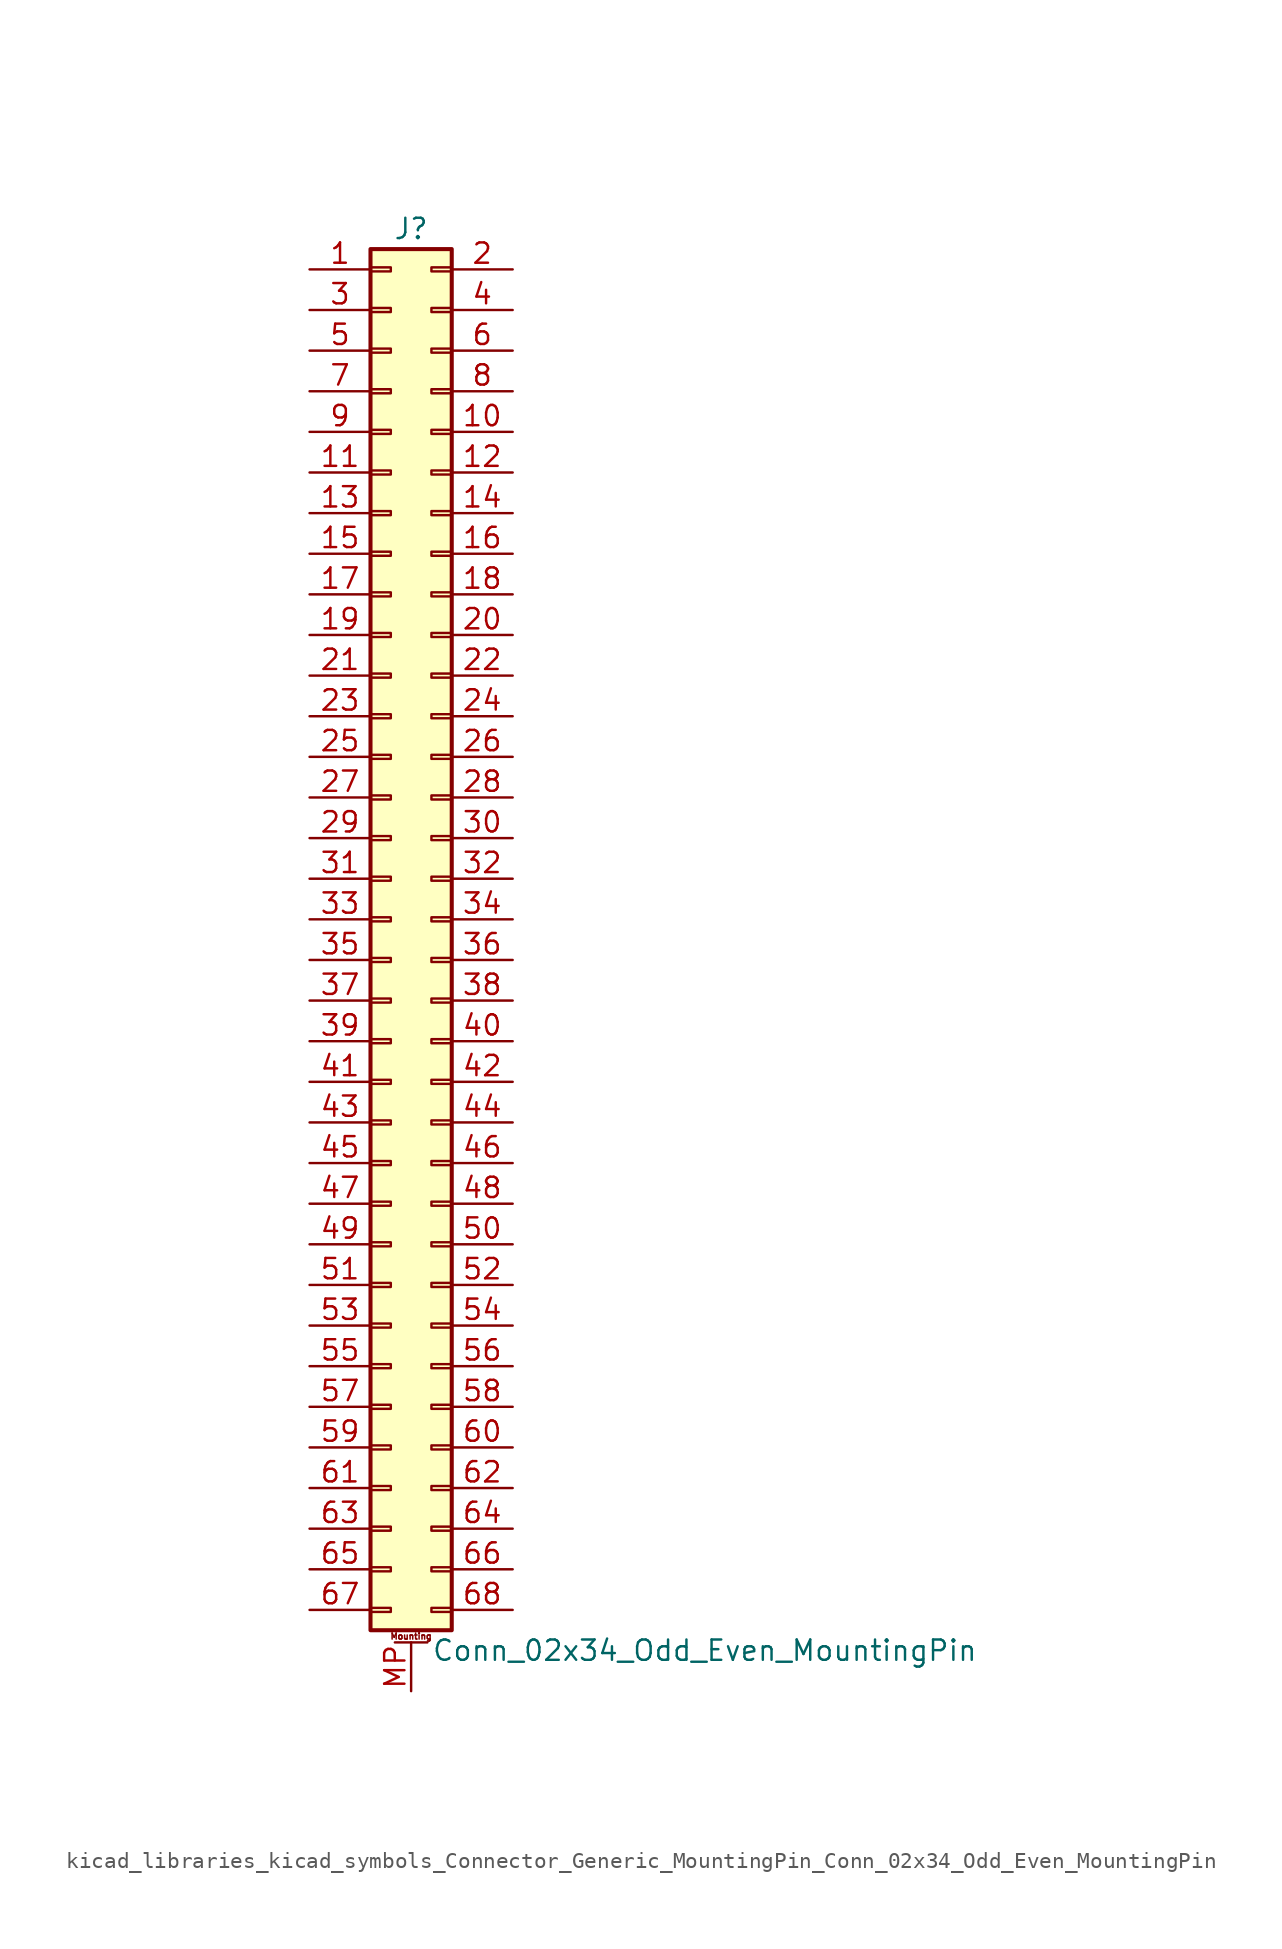
<source format=kicad_sym>
(kicad_symbol_lib
  (version 20220914)
  (generator kicad_symbol_editor)
  (symbol "kicad_libraries_kicad_symbols_Connector_Generic_MountingPin_Conn_02x34_Odd_Even_MountingPin"
    (pin_names
      (offset 1.016) hide)
    (property "Reference" "J"
      (at 1.27 43.18 0)
      (effects (font (size 1.27 1.27))))
    (property "Value" "Conn_02x34_Odd_Even_MountingPin"
      (at 2.54 -45.72 0)
      (effects (font (size 1.27 1.27)) (justify left)))
    (symbol "kicad_libraries_kicad_symbols_Connector_Generic_MountingPin_Conn_02x34_Odd_Even_MountingPin_1_1"
      (rectangle (start -1.27 -43.053) (end 0 -43.307) (stroke (width 0.152) (type default)) (fill (type none)))
      (rectangle (start -1.27 -40.513) (end 0 -40.767) (stroke (width 0.152) (type default)) (fill (type none)))
      (rectangle (start -1.27 -37.973) (end 0 -38.227) (stroke (width 0.152) (type default)) (fill (type none)))
      (rectangle (start -1.27 -35.433) (end 0 -35.687) (stroke (width 0.152) (type default)) (fill (type none)))
      (rectangle (start -1.27 -32.893) (end 0 -33.147) (stroke (width 0.152) (type default)) (fill (type none)))
      (rectangle (start -1.27 -30.353) (end 0 -30.607) (stroke (width 0.152) (type default)) (fill (type none)))
      (rectangle (start -1.27 -27.813) (end 0 -28.067) (stroke (width 0.152) (type default)) (fill (type none)))
      (rectangle (start -1.27 -25.273) (end 0 -25.527) (stroke (width 0.152) (type default)) (fill (type none)))
      (rectangle (start -1.27 -22.733) (end 0 -22.987) (stroke (width 0.152) (type default)) (fill (type none)))
      (rectangle (start -1.27 -20.193) (end 0 -20.447) (stroke (width 0.152) (type default)) (fill (type none)))
      (rectangle (start -1.27 -17.653) (end 0 -17.907) (stroke (width 0.152) (type default)) (fill (type none)))
      (rectangle (start -1.27 -15.113) (end 0 -15.367) (stroke (width 0.152) (type default)) (fill (type none)))
      (rectangle (start -1.27 -12.573) (end 0 -12.827) (stroke (width 0.152) (type default)) (fill (type none)))
      (rectangle (start -1.27 -10.033) (end 0 -10.287) (stroke (width 0.152) (type default)) (fill (type none)))
      (rectangle (start -1.27 -7.493) (end 0 -7.747) (stroke (width 0.152) (type default)) (fill (type none)))
      (rectangle (start -1.27 -4.953) (end 0 -5.207) (stroke (width 0.152) (type default)) (fill (type none)))
      (rectangle (start -1.27 -2.413) (end 0 -2.667) (stroke (width 0.152) (type default)) (fill (type none)))
      (rectangle (start -1.27 0.127) (end 0 -0.127) (stroke (width 0.152) (type default)) (fill (type none)))
      (rectangle (start -1.27 2.667) (end 0 2.413) (stroke (width 0.152) (type default)) (fill (type none)))
      (rectangle (start -1.27 5.207) (end 0 4.953) (stroke (width 0.152) (type default)) (fill (type none)))
      (rectangle (start -1.27 7.747) (end 0 7.493) (stroke (width 0.152) (type default)) (fill (type none)))
      (rectangle (start -1.27 10.287) (end 0 10.033) (stroke (width 0.152) (type default)) (fill (type none)))
      (rectangle (start -1.27 12.827) (end 0 12.573) (stroke (width 0.152) (type default)) (fill (type none)))
      (rectangle (start -1.27 15.367) (end 0 15.113) (stroke (width 0.152) (type default)) (fill (type none)))
      (rectangle (start -1.27 17.907) (end 0 17.653) (stroke (width 0.152) (type default)) (fill (type none)))
      (rectangle (start -1.27 20.447) (end 0 20.193) (stroke (width 0.152) (type default)) (fill (type none)))
      (rectangle (start -1.27 22.987) (end 0 22.733) (stroke (width 0.152) (type default)) (fill (type none)))
      (rectangle (start -1.27 25.527) (end 0 25.273) (stroke (width 0.152) (type default)) (fill (type none)))
      (rectangle (start -1.27 28.067) (end 0 27.813) (stroke (width 0.152) (type default)) (fill (type none)))
      (rectangle (start -1.27 30.607) (end 0 30.353) (stroke (width 0.152) (type default)) (fill (type none)))
      (rectangle (start -1.27 33.147) (end 0 32.893) (stroke (width 0.152) (type default)) (fill (type none)))
      (rectangle (start -1.27 35.687) (end 0 35.433) (stroke (width 0.152) (type default)) (fill (type none)))
      (rectangle (start -1.27 38.227) (end 0 37.973) (stroke (width 0.152) (type default)) (fill (type none)))
      (rectangle (start -1.27 40.767) (end 0 40.513) (stroke (width 0.152) (type default)) (fill (type none)))
      (rectangle (start -1.27 41.91) (end 3.81 -44.45) (stroke (width 0.254) (type default)) (fill (type background)))
      (polyline (pts (xy 0.254 -45.212) (xy 2.286 -45.212)) (stroke (width 0.152) (type default)) (fill (type none)))
      (rectangle (start 3.81 -43.053) (end 2.54 -43.307) (stroke (width 0.152) (type default)) (fill (type none)))
      (rectangle (start 3.81 -40.513) (end 2.54 -40.767) (stroke (width 0.152) (type default)) (fill (type none)))
      (rectangle (start 3.81 -37.973) (end 2.54 -38.227) (stroke (width 0.152) (type default)) (fill (type none)))
      (rectangle (start 3.81 -35.433) (end 2.54 -35.687) (stroke (width 0.152) (type default)) (fill (type none)))
      (rectangle (start 3.81 -32.893) (end 2.54 -33.147) (stroke (width 0.152) (type default)) (fill (type none)))
      (rectangle (start 3.81 -30.353) (end 2.54 -30.607) (stroke (width 0.152) (type default)) (fill (type none)))
      (rectangle (start 3.81 -27.813) (end 2.54 -28.067) (stroke (width 0.152) (type default)) (fill (type none)))
      (rectangle (start 3.81 -25.273) (end 2.54 -25.527) (stroke (width 0.152) (type default)) (fill (type none)))
      (rectangle (start 3.81 -22.733) (end 2.54 -22.987) (stroke (width 0.152) (type default)) (fill (type none)))
      (rectangle (start 3.81 -20.193) (end 2.54 -20.447) (stroke (width 0.152) (type default)) (fill (type none)))
      (rectangle (start 3.81 -17.653) (end 2.54 -17.907) (stroke (width 0.152) (type default)) (fill (type none)))
      (rectangle (start 3.81 -15.113) (end 2.54 -15.367) (stroke (width 0.152) (type default)) (fill (type none)))
      (rectangle (start 3.81 -12.573) (end 2.54 -12.827) (stroke (width 0.152) (type default)) (fill (type none)))
      (rectangle (start 3.81 -10.033) (end 2.54 -10.287) (stroke (width 0.152) (type default)) (fill (type none)))
      (rectangle (start 3.81 -7.493) (end 2.54 -7.747) (stroke (width 0.152) (type default)) (fill (type none)))
      (rectangle (start 3.81 -4.953) (end 2.54 -5.207) (stroke (width 0.152) (type default)) (fill (type none)))
      (rectangle (start 3.81 -2.413) (end 2.54 -2.667) (stroke (width 0.152) (type default)) (fill (type none)))
      (rectangle (start 3.81 0.127) (end 2.54 -0.127) (stroke (width 0.152) (type default)) (fill (type none)))
      (rectangle (start 3.81 2.667) (end 2.54 2.413) (stroke (width 0.152) (type default)) (fill (type none)))
      (rectangle (start 3.81 5.207) (end 2.54 4.953) (stroke (width 0.152) (type default)) (fill (type none)))
      (rectangle (start 3.81 7.747) (end 2.54 7.493) (stroke (width 0.152) (type default)) (fill (type none)))
      (rectangle (start 3.81 10.287) (end 2.54 10.033) (stroke (width 0.152) (type default)) (fill (type none)))
      (rectangle (start 3.81 12.827) (end 2.54 12.573) (stroke (width 0.152) (type default)) (fill (type none)))
      (rectangle (start 3.81 15.367) (end 2.54 15.113) (stroke (width 0.152) (type default)) (fill (type none)))
      (rectangle (start 3.81 17.907) (end 2.54 17.653) (stroke (width 0.152) (type default)) (fill (type none)))
      (rectangle (start 3.81 20.447) (end 2.54 20.193) (stroke (width 0.152) (type default)) (fill (type none)))
      (rectangle (start 3.81 22.987) (end 2.54 22.733) (stroke (width 0.152) (type default)) (fill (type none)))
      (rectangle (start 3.81 25.527) (end 2.54 25.273) (stroke (width 0.152) (type default)) (fill (type none)))
      (rectangle (start 3.81 28.067) (end 2.54 27.813) (stroke (width 0.152) (type default)) (fill (type none)))
      (rectangle (start 3.81 30.607) (end 2.54 30.353) (stroke (width 0.152) (type default)) (fill (type none)))
      (rectangle (start 3.81 33.147) (end 2.54 32.893) (stroke (width 0.152) (type default)) (fill (type none)))
      (rectangle (start 3.81 35.687) (end 2.54 35.433) (stroke (width 0.152) (type default)) (fill (type none)))
      (rectangle (start 3.81 38.227) (end 2.54 37.973) (stroke (width 0.152) (type default)) (fill (type none)))
      (rectangle (start 3.81 40.767) (end 2.54 40.513) (stroke (width 0.152) (type default)) (fill (type none)))
      (text "Mounting" (at 1.27 -44.831 0) (effects (font (size 0.381 0.381))))
      (pin passive line (at -5.08 40.64 0) (length 3.81) (name "Pin_1" (effects (font (size 1.27 1.27)))) (number "1" (effects (font (size 1.27 1.27)))))
      (pin passive line (at 7.62 30.48 180) (length 3.81) (name "Pin_10" (effects (font (size 1.27 1.27)))) (number "10" (effects (font (size 1.27 1.27)))))
      (pin passive line (at -5.08 27.94 0) (length 3.81) (name "Pin_11" (effects (font (size 1.27 1.27)))) (number "11" (effects (font (size 1.27 1.27)))))
      (pin passive line (at 7.62 27.94 180) (length 3.81) (name "Pin_12" (effects (font (size 1.27 1.27)))) (number "12" (effects (font (size 1.27 1.27)))))
      (pin passive line (at -5.08 25.4 0) (length 3.81) (name "Pin_13" (effects (font (size 1.27 1.27)))) (number "13" (effects (font (size 1.27 1.27)))))
      (pin passive line (at 7.62 25.4 180) (length 3.81) (name "Pin_14" (effects (font (size 1.27 1.27)))) (number "14" (effects (font (size 1.27 1.27)))))
      (pin passive line (at -5.08 22.86 0) (length 3.81) (name "Pin_15" (effects (font (size 1.27 1.27)))) (number "15" (effects (font (size 1.27 1.27)))))
      (pin passive line (at 7.62 22.86 180) (length 3.81) (name "Pin_16" (effects (font (size 1.27 1.27)))) (number "16" (effects (font (size 1.27 1.27)))))
      (pin passive line (at -5.08 20.32 0) (length 3.81) (name "Pin_17" (effects (font (size 1.27 1.27)))) (number "17" (effects (font (size 1.27 1.27)))))
      (pin passive line (at 7.62 20.32 180) (length 3.81) (name "Pin_18" (effects (font (size 1.27 1.27)))) (number "18" (effects (font (size 1.27 1.27)))))
      (pin passive line (at -5.08 17.78 0) (length 3.81) (name "Pin_19" (effects (font (size 1.27 1.27)))) (number "19" (effects (font (size 1.27 1.27)))))
      (pin passive line (at 7.62 40.64 180) (length 3.81) (name "Pin_2" (effects (font (size 1.27 1.27)))) (number "2" (effects (font (size 1.27 1.27)))))
      (pin passive line (at 7.62 17.78 180) (length 3.81) (name "Pin_20" (effects (font (size 1.27 1.27)))) (number "20" (effects (font (size 1.27 1.27)))))
      (pin passive line (at -5.08 15.24 0) (length 3.81) (name "Pin_21" (effects (font (size 1.27 1.27)))) (number "21" (effects (font (size 1.27 1.27)))))
      (pin passive line (at 7.62 15.24 180) (length 3.81) (name "Pin_22" (effects (font (size 1.27 1.27)))) (number "22" (effects (font (size 1.27 1.27)))))
      (pin passive line (at -5.08 12.7 0) (length 3.81) (name "Pin_23" (effects (font (size 1.27 1.27)))) (number "23" (effects (font (size 1.27 1.27)))))
      (pin passive line (at 7.62 12.7 180) (length 3.81) (name "Pin_24" (effects (font (size 1.27 1.27)))) (number "24" (effects (font (size 1.27 1.27)))))
      (pin passive line (at -5.08 10.16 0) (length 3.81) (name "Pin_25" (effects (font (size 1.27 1.27)))) (number "25" (effects (font (size 1.27 1.27)))))
      (pin passive line (at 7.62 10.16 180) (length 3.81) (name "Pin_26" (effects (font (size 1.27 1.27)))) (number "26" (effects (font (size 1.27 1.27)))))
      (pin passive line (at -5.08 7.62 0) (length 3.81) (name "Pin_27" (effects (font (size 1.27 1.27)))) (number "27" (effects (font (size 1.27 1.27)))))
      (pin passive line (at 7.62 7.62 180) (length 3.81) (name "Pin_28" (effects (font (size 1.27 1.27)))) (number "28" (effects (font (size 1.27 1.27)))))
      (pin passive line (at -5.08 5.08 0) (length 3.81) (name "Pin_29" (effects (font (size 1.27 1.27)))) (number "29" (effects (font (size 1.27 1.27)))))
      (pin passive line (at -5.08 38.1 0) (length 3.81) (name "Pin_3" (effects (font (size 1.27 1.27)))) (number "3" (effects (font (size 1.27 1.27)))))
      (pin passive line (at 7.62 5.08 180) (length 3.81) (name "Pin_30" (effects (font (size 1.27 1.27)))) (number "30" (effects (font (size 1.27 1.27)))))
      (pin passive line (at -5.08 2.54 0) (length 3.81) (name "Pin_31" (effects (font (size 1.27 1.27)))) (number "31" (effects (font (size 1.27 1.27)))))
      (pin passive line (at 7.62 2.54 180) (length 3.81) (name "Pin_32" (effects (font (size 1.27 1.27)))) (number "32" (effects (font (size 1.27 1.27)))))
      (pin passive line (at -5.08 0 0) (length 3.81) (name "Pin_33" (effects (font (size 1.27 1.27)))) (number "33" (effects (font (size 1.27 1.27)))))
      (pin passive line (at 7.62 0 180) (length 3.81) (name "Pin_34" (effects (font (size 1.27 1.27)))) (number "34" (effects (font (size 1.27 1.27)))))
      (pin passive line (at -5.08 -2.54 0) (length 3.81) (name "Pin_35" (effects (font (size 1.27 1.27)))) (number "35" (effects (font (size 1.27 1.27)))))
      (pin passive line (at 7.62 -2.54 180) (length 3.81) (name "Pin_36" (effects (font (size 1.27 1.27)))) (number "36" (effects (font (size 1.27 1.27)))))
      (pin passive line (at -5.08 -5.08 0) (length 3.81) (name "Pin_37" (effects (font (size 1.27 1.27)))) (number "37" (effects (font (size 1.27 1.27)))))
      (pin passive line (at 7.62 -5.08 180) (length 3.81) (name "Pin_38" (effects (font (size 1.27 1.27)))) (number "38" (effects (font (size 1.27 1.27)))))
      (pin passive line (at -5.08 -7.62 0) (length 3.81) (name "Pin_39" (effects (font (size 1.27 1.27)))) (number "39" (effects (font (size 1.27 1.27)))))
      (pin passive line (at 7.62 38.1 180) (length 3.81) (name "Pin_4" (effects (font (size 1.27 1.27)))) (number "4" (effects (font (size 1.27 1.27)))))
      (pin passive line (at 7.62 -7.62 180) (length 3.81) (name "Pin_40" (effects (font (size 1.27 1.27)))) (number "40" (effects (font (size 1.27 1.27)))))
      (pin passive line (at -5.08 -10.16 0) (length 3.81) (name "Pin_41" (effects (font (size 1.27 1.27)))) (number "41" (effects (font (size 1.27 1.27)))))
      (pin passive line (at 7.62 -10.16 180) (length 3.81) (name "Pin_42" (effects (font (size 1.27 1.27)))) (number "42" (effects (font (size 1.27 1.27)))))
      (pin passive line (at -5.08 -12.7 0) (length 3.81) (name "Pin_43" (effects (font (size 1.27 1.27)))) (number "43" (effects (font (size 1.27 1.27)))))
      (pin passive line (at 7.62 -12.7 180) (length 3.81) (name "Pin_44" (effects (font (size 1.27 1.27)))) (number "44" (effects (font (size 1.27 1.27)))))
      (pin passive line (at -5.08 -15.24 0) (length 3.81) (name "Pin_45" (effects (font (size 1.27 1.27)))) (number "45" (effects (font (size 1.27 1.27)))))
      (pin passive line (at 7.62 -15.24 180) (length 3.81) (name "Pin_46" (effects (font (size 1.27 1.27)))) (number "46" (effects (font (size 1.27 1.27)))))
      (pin passive line (at -5.08 -17.78 0) (length 3.81) (name "Pin_47" (effects (font (size 1.27 1.27)))) (number "47" (effects (font (size 1.27 1.27)))))
      (pin passive line (at 7.62 -17.78 180) (length 3.81) (name "Pin_48" (effects (font (size 1.27 1.27)))) (number "48" (effects (font (size 1.27 1.27)))))
      (pin passive line (at -5.08 -20.32 0) (length 3.81) (name "Pin_49" (effects (font (size 1.27 1.27)))) (number "49" (effects (font (size 1.27 1.27)))))
      (pin passive line (at -5.08 35.56 0) (length 3.81) (name "Pin_5" (effects (font (size 1.27 1.27)))) (number "5" (effects (font (size 1.27 1.27)))))
      (pin passive line (at 7.62 -20.32 180) (length 3.81) (name "Pin_50" (effects (font (size 1.27 1.27)))) (number "50" (effects (font (size 1.27 1.27)))))
      (pin passive line (at -5.08 -22.86 0) (length 3.81) (name "Pin_51" (effects (font (size 1.27 1.27)))) (number "51" (effects (font (size 1.27 1.27)))))
      (pin passive line (at 7.62 -22.86 180) (length 3.81) (name "Pin_52" (effects (font (size 1.27 1.27)))) (number "52" (effects (font (size 1.27 1.27)))))
      (pin passive line (at -5.08 -25.4 0) (length 3.81) (name "Pin_53" (effects (font (size 1.27 1.27)))) (number "53" (effects (font (size 1.27 1.27)))))
      (pin passive line (at 7.62 -25.4 180) (length 3.81) (name "Pin_54" (effects (font (size 1.27 1.27)))) (number "54" (effects (font (size 1.27 1.27)))))
      (pin passive line (at -5.08 -27.94 0) (length 3.81) (name "Pin_55" (effects (font (size 1.27 1.27)))) (number "55" (effects (font (size 1.27 1.27)))))
      (pin passive line (at 7.62 -27.94 180) (length 3.81) (name "Pin_56" (effects (font (size 1.27 1.27)))) (number "56" (effects (font (size 1.27 1.27)))))
      (pin passive line (at -5.08 -30.48 0) (length 3.81) (name "Pin_57" (effects (font (size 1.27 1.27)))) (number "57" (effects (font (size 1.27 1.27)))))
      (pin passive line (at 7.62 -30.48 180) (length 3.81) (name "Pin_58" (effects (font (size 1.27 1.27)))) (number "58" (effects (font (size 1.27 1.27)))))
      (pin passive line (at -5.08 -33.02 0) (length 3.81) (name "Pin_59" (effects (font (size 1.27 1.27)))) (number "59" (effects (font (size 1.27 1.27)))))
      (pin passive line (at 7.62 35.56 180) (length 3.81) (name "Pin_6" (effects (font (size 1.27 1.27)))) (number "6" (effects (font (size 1.27 1.27)))))
      (pin passive line (at 7.62 -33.02 180) (length 3.81) (name "Pin_60" (effects (font (size 1.27 1.27)))) (number "60" (effects (font (size 1.27 1.27)))))
      (pin passive line (at -5.08 -35.56 0) (length 3.81) (name "Pin_61" (effects (font (size 1.27 1.27)))) (number "61" (effects (font (size 1.27 1.27)))))
      (pin passive line (at 7.62 -35.56 180) (length 3.81) (name "Pin_62" (effects (font (size 1.27 1.27)))) (number "62" (effects (font (size 1.27 1.27)))))
      (pin passive line (at -5.08 -38.1 0) (length 3.81) (name "Pin_63" (effects (font (size 1.27 1.27)))) (number "63" (effects (font (size 1.27 1.27)))))
      (pin passive line (at 7.62 -38.1 180) (length 3.81) (name "Pin_64" (effects (font (size 1.27 1.27)))) (number "64" (effects (font (size 1.27 1.27)))))
      (pin passive line (at -5.08 -40.64 0) (length 3.81) (name "Pin_65" (effects (font (size 1.27 1.27)))) (number "65" (effects (font (size 1.27 1.27)))))
      (pin passive line (at 7.62 -40.64 180) (length 3.81) (name "Pin_66" (effects (font (size 1.27 1.27)))) (number "66" (effects (font (size 1.27 1.27)))))
      (pin passive line (at -5.08 -43.18 0) (length 3.81) (name "Pin_67" (effects (font (size 1.27 1.27)))) (number "67" (effects (font (size 1.27 1.27)))))
      (pin passive line (at 7.62 -43.18 180) (length 3.81) (name "Pin_68" (effects (font (size 1.27 1.27)))) (number "68" (effects (font (size 1.27 1.27)))))
      (pin passive line (at -5.08 33.02 0) (length 3.81) (name "Pin_7" (effects (font (size 1.27 1.27)))) (number "7" (effects (font (size 1.27 1.27)))))
      (pin passive line (at 7.62 33.02 180) (length 3.81) (name "Pin_8" (effects (font (size 1.27 1.27)))) (number "8" (effects (font (size 1.27 1.27)))))
      (pin passive line (at -5.08 30.48 0) (length 3.81) (name "Pin_9" (effects (font (size 1.27 1.27)))) (number "9" (effects (font (size 1.27 1.27)))))
      (pin passive line (at 1.27 -48.26 90) (length 3.048) (name "MountPin" (effects (font (size 1.27 1.27)))) (number "MP" (effects (font (size 1.27 1.27))))))))
</source>
